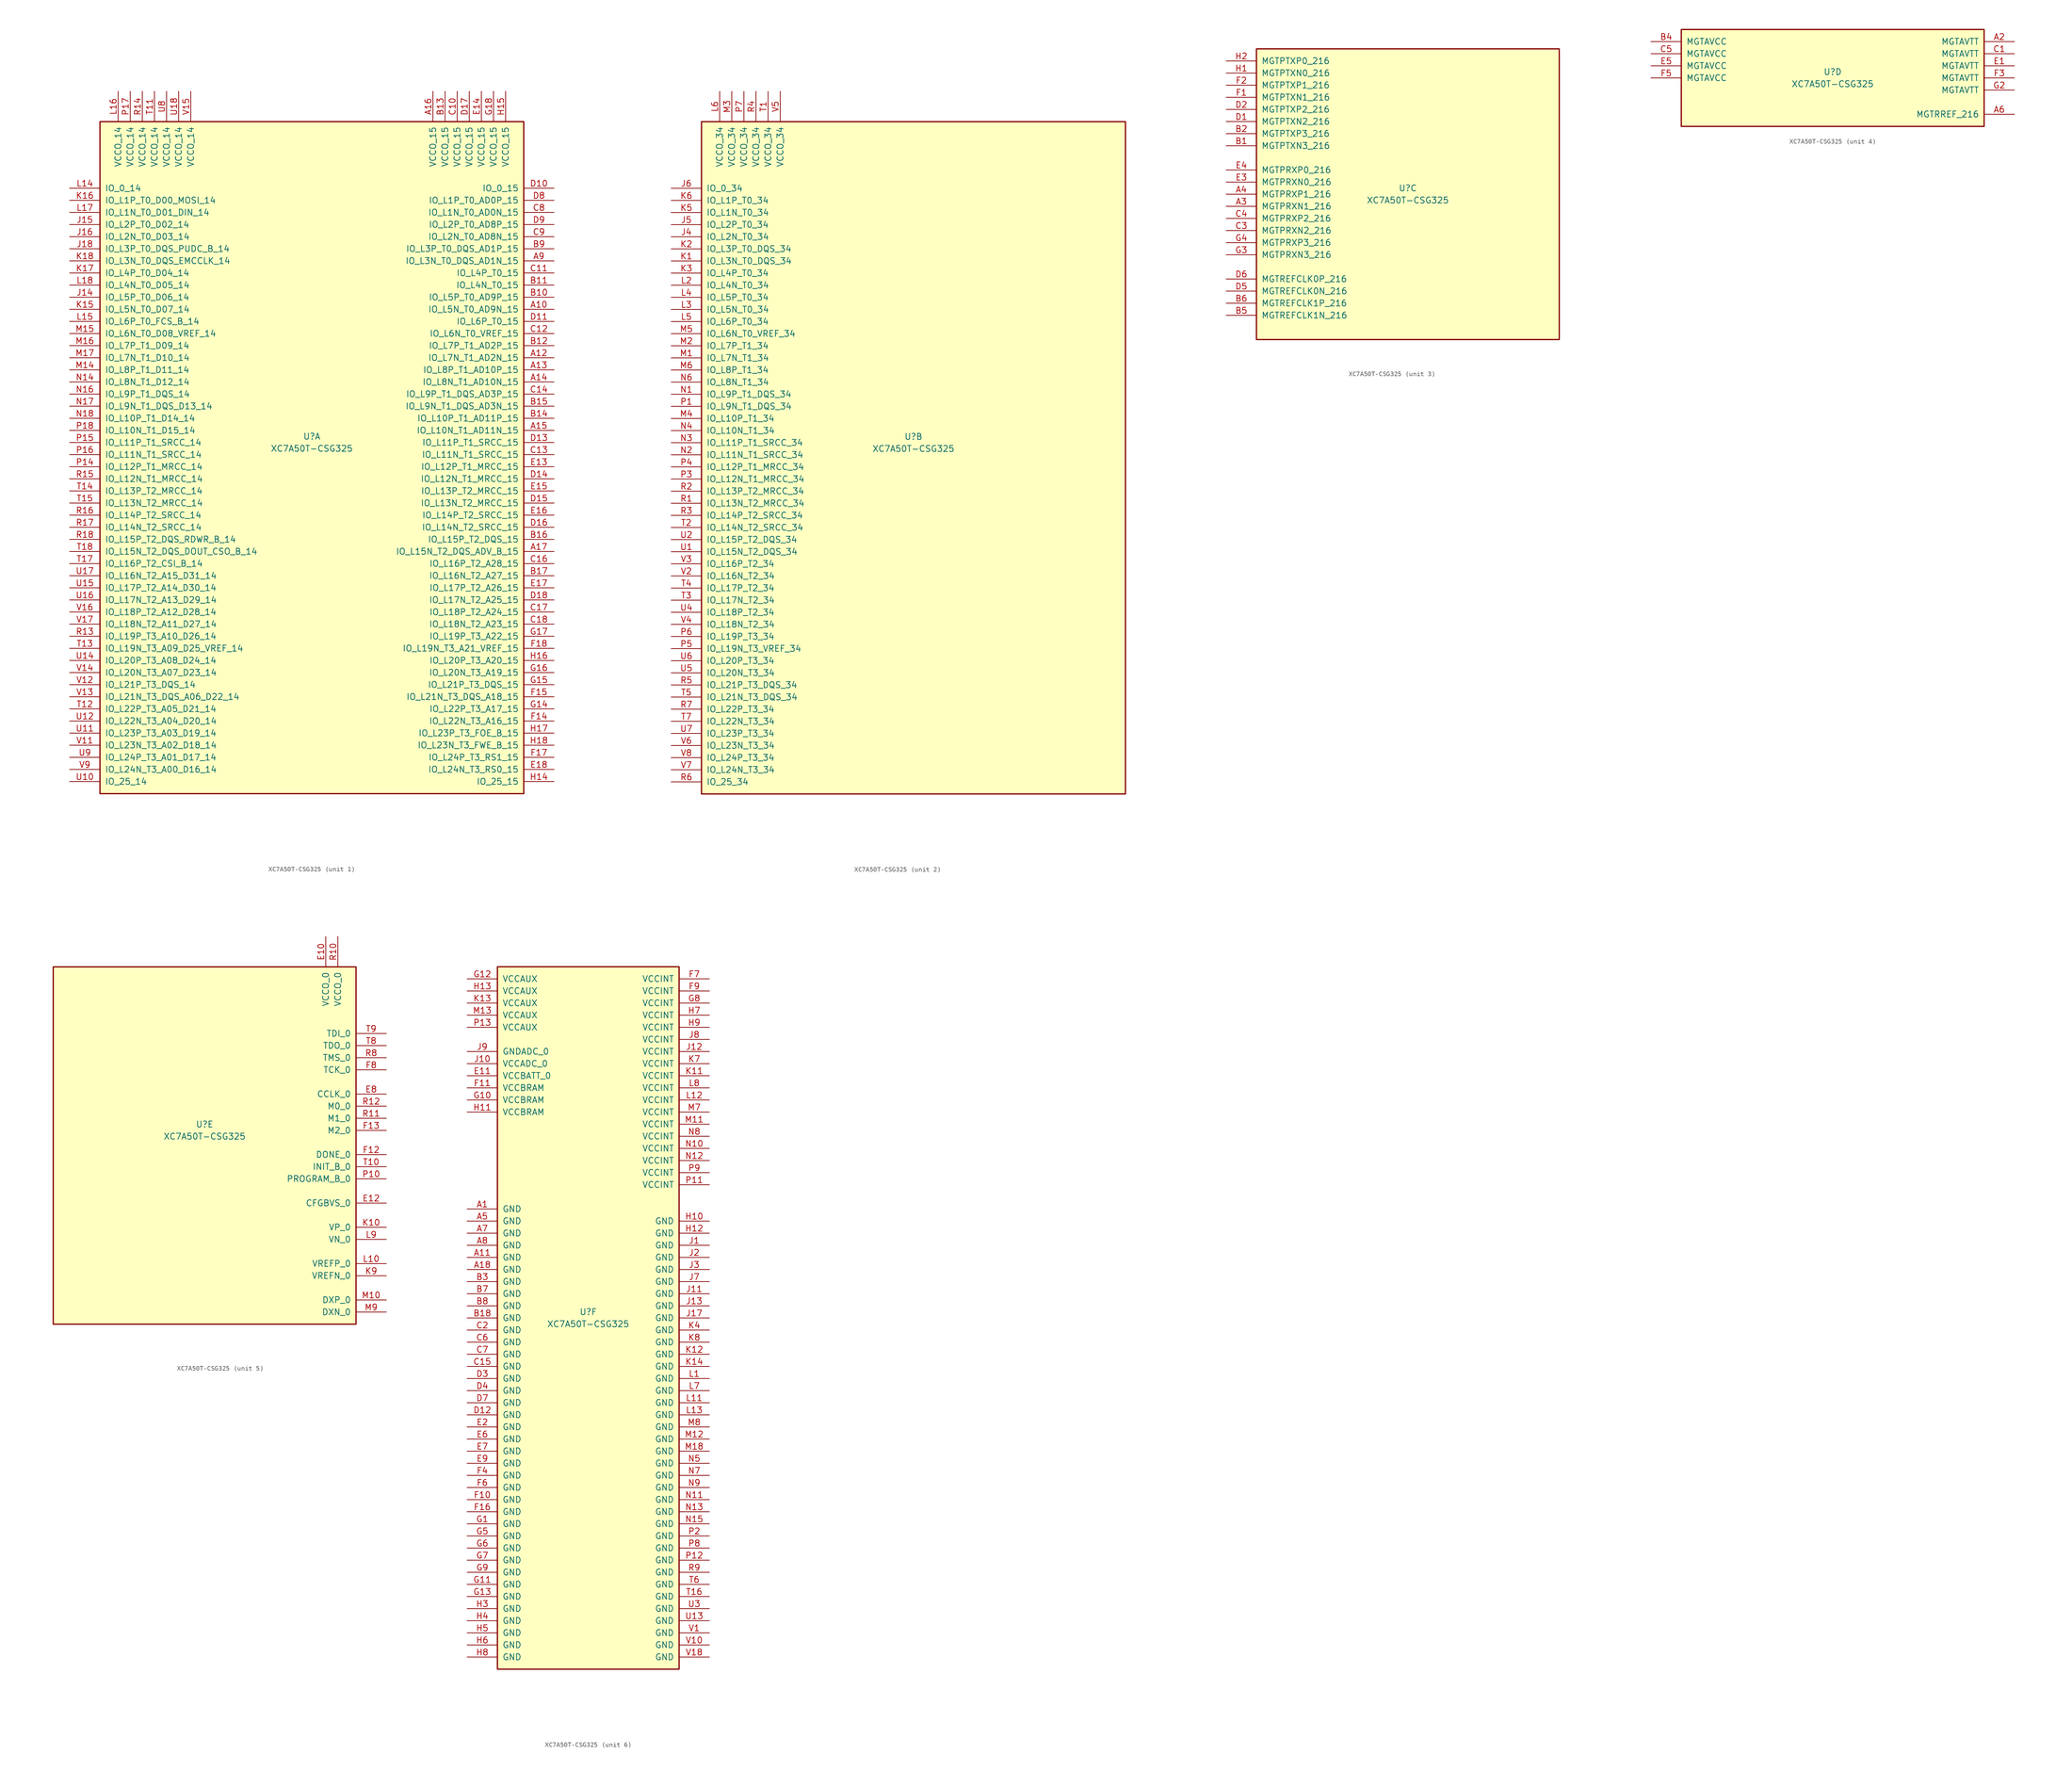
<source format=kicad_sym>
(kicad_symbol_lib
  (version 20231120)
  (generator "kicad_symbol_editor")
  (generator_version "8.0")
  (symbol "XC7A50T-CSG325"
    (pin_names
      (offset 1.016))
    (property "Reference" "U"
      (at 0 1.27 0)
      (effects (font (size 1.27 1.27))))
    (property "Value" "XC7A50T-CSG325"
      (at 0 -1.27 0)
      (effects (font (size 1.27 1.27))))
    (property "Datasheet" ""
      (at 0 0 0)
      (effects (font (size 1.27 1.27))))
    (property "ki_locked" ""
      (at 0 0 0)
      (effects (font (size 1.27 1.27))))
    (symbol "XC7A50T-CSG325_1_1"
      (rectangle (start -44.45 67.31) (end 44.45 -73.66) (stroke (width 0.254) (type solid)) (fill (type background)))
      (pin bidirectional line (at 50.8 27.94 180) (length 6.35) (name "IO_L5N_T0_AD9N_15" (effects (font (size 1.27 1.27)))) (number "A10" (effects (font (size 1.27 1.27)))))
      (pin bidirectional line (at 50.8 17.78 180) (length 6.35) (name "IO_L7N_T1_AD2N_15" (effects (font (size 1.27 1.27)))) (number "A12" (effects (font (size 1.27 1.27)))))
      (pin bidirectional line (at 50.8 15.24 180) (length 6.35) (name "IO_L8P_T1_AD10P_15" (effects (font (size 1.27 1.27)))) (number "A13" (effects (font (size 1.27 1.27)))))
      (pin bidirectional line (at 50.8 12.7 180) (length 6.35) (name "IO_L8N_T1_AD10N_15" (effects (font (size 1.27 1.27)))) (number "A14" (effects (font (size 1.27 1.27)))))
      (pin bidirectional line (at 50.8 2.54 180) (length 6.35) (name "IO_L10N_T1_AD11N_15" (effects (font (size 1.27 1.27)))) (number "A15" (effects (font (size 1.27 1.27)))))
      (pin power_in line (at 25.4 73.66 270) (length 6.35) (name "VCCO_15" (effects (font (size 1.27 1.27)))) (number "A16" (effects (font (size 1.27 1.27)))))
      (pin bidirectional line (at 50.8 -22.86 180) (length 6.35) (name "IO_L15N_T2_DQS_ADV_B_15" (effects (font (size 1.27 1.27)))) (number "A17" (effects (font (size 1.27 1.27)))))
      (pin bidirectional line (at 50.8 38.1 180) (length 6.35) (name "IO_L3N_T0_DQS_AD1N_15" (effects (font (size 1.27 1.27)))) (number "A9" (effects (font (size 1.27 1.27)))))
      (pin bidirectional line (at 50.8 30.48 180) (length 6.35) (name "IO_L5P_T0_AD9P_15" (effects (font (size 1.27 1.27)))) (number "B10" (effects (font (size 1.27 1.27)))))
      (pin bidirectional line (at 50.8 33.02 180) (length 6.35) (name "IO_L4N_T0_15" (effects (font (size 1.27 1.27)))) (number "B11" (effects (font (size 1.27 1.27)))))
      (pin bidirectional line (at 50.8 20.32 180) (length 6.35) (name "IO_L7P_T1_AD2P_15" (effects (font (size 1.27 1.27)))) (number "B12" (effects (font (size 1.27 1.27)))))
      (pin power_in line (at 27.94 73.66 270) (length 6.35) (name "VCCO_15" (effects (font (size 1.27 1.27)))) (number "B13" (effects (font (size 1.27 1.27)))))
      (pin bidirectional line (at 50.8 5.08 180) (length 6.35) (name "IO_L10P_T1_AD11P_15" (effects (font (size 1.27 1.27)))) (number "B14" (effects (font (size 1.27 1.27)))))
      (pin bidirectional line (at 50.8 7.62 180) (length 6.35) (name "IO_L9N_T1_DQS_AD3N_15" (effects (font (size 1.27 1.27)))) (number "B15" (effects (font (size 1.27 1.27)))))
      (pin bidirectional line (at 50.8 -20.32 180) (length 6.35) (name "IO_L15P_T2_DQS_15" (effects (font (size 1.27 1.27)))) (number "B16" (effects (font (size 1.27 1.27)))))
      (pin bidirectional line (at 50.8 -27.94 180) (length 6.35) (name "IO_L16N_T2_A27_15" (effects (font (size 1.27 1.27)))) (number "B17" (effects (font (size 1.27 1.27)))))
      (pin bidirectional line (at 50.8 40.64 180) (length 6.35) (name "IO_L3P_T0_DQS_AD1P_15" (effects (font (size 1.27 1.27)))) (number "B9" (effects (font (size 1.27 1.27)))))
      (pin power_in line (at 30.48 73.66 270) (length 6.35) (name "VCCO_15" (effects (font (size 1.27 1.27)))) (number "C10" (effects (font (size 1.27 1.27)))))
      (pin bidirectional line (at 50.8 35.56 180) (length 6.35) (name "IO_L4P_T0_15" (effects (font (size 1.27 1.27)))) (number "C11" (effects (font (size 1.27 1.27)))))
      (pin bidirectional line (at 50.8 22.86 180) (length 6.35) (name "IO_L6N_T0_VREF_15" (effects (font (size 1.27 1.27)))) (number "C12" (effects (font (size 1.27 1.27)))))
      (pin bidirectional line (at 50.8 -2.54 180) (length 6.35) (name "IO_L11N_T1_SRCC_15" (effects (font (size 1.27 1.27)))) (number "C13" (effects (font (size 1.27 1.27)))))
      (pin bidirectional line (at 50.8 10.16 180) (length 6.35) (name "IO_L9P_T1_DQS_AD3P_15" (effects (font (size 1.27 1.27)))) (number "C14" (effects (font (size 1.27 1.27)))))
      (pin bidirectional line (at 50.8 -25.4 180) (length 6.35) (name "IO_L16P_T2_A28_15" (effects (font (size 1.27 1.27)))) (number "C16" (effects (font (size 1.27 1.27)))))
      (pin bidirectional line (at 50.8 -35.56 180) (length 6.35) (name "IO_L18P_T2_A24_15" (effects (font (size 1.27 1.27)))) (number "C17" (effects (font (size 1.27 1.27)))))
      (pin bidirectional line (at 50.8 -38.1 180) (length 6.35) (name "IO_L18N_T2_A23_15" (effects (font (size 1.27 1.27)))) (number "C18" (effects (font (size 1.27 1.27)))))
      (pin bidirectional line (at 50.8 48.26 180) (length 6.35) (name "IO_L1N_T0_AD0N_15" (effects (font (size 1.27 1.27)))) (number "C8" (effects (font (size 1.27 1.27)))))
      (pin bidirectional line (at 50.8 43.18 180) (length 6.35) (name "IO_L2N_T0_AD8N_15" (effects (font (size 1.27 1.27)))) (number "C9" (effects (font (size 1.27 1.27)))))
      (pin bidirectional line (at 50.8 53.34 180) (length 6.35) (name "IO_0_15" (effects (font (size 1.27 1.27)))) (number "D10" (effects (font (size 1.27 1.27)))))
      (pin bidirectional line (at 50.8 25.4 180) (length 6.35) (name "IO_L6P_T0_15" (effects (font (size 1.27 1.27)))) (number "D11" (effects (font (size 1.27 1.27)))))
      (pin bidirectional line (at 50.8 0 180) (length 6.35) (name "IO_L11P_T1_SRCC_15" (effects (font (size 1.27 1.27)))) (number "D13" (effects (font (size 1.27 1.27)))))
      (pin bidirectional line (at 50.8 -7.62 180) (length 6.35) (name "IO_L12N_T1_MRCC_15" (effects (font (size 1.27 1.27)))) (number "D14" (effects (font (size 1.27 1.27)))))
      (pin bidirectional line (at 50.8 -12.7 180) (length 6.35) (name "IO_L13N_T2_MRCC_15" (effects (font (size 1.27 1.27)))) (number "D15" (effects (font (size 1.27 1.27)))))
      (pin bidirectional line (at 50.8 -17.78 180) (length 6.35) (name "IO_L14N_T2_SRCC_15" (effects (font (size 1.27 1.27)))) (number "D16" (effects (font (size 1.27 1.27)))))
      (pin power_in line (at 33.02 73.66 270) (length 6.35) (name "VCCO_15" (effects (font (size 1.27 1.27)))) (number "D17" (effects (font (size 1.27 1.27)))))
      (pin bidirectional line (at 50.8 -33.02 180) (length 6.35) (name "IO_L17N_T2_A25_15" (effects (font (size 1.27 1.27)))) (number "D18" (effects (font (size 1.27 1.27)))))
      (pin bidirectional line (at 50.8 50.8 180) (length 6.35) (name "IO_L1P_T0_AD0P_15" (effects (font (size 1.27 1.27)))) (number "D8" (effects (font (size 1.27 1.27)))))
      (pin bidirectional line (at 50.8 45.72 180) (length 6.35) (name "IO_L2P_T0_AD8P_15" (effects (font (size 1.27 1.27)))) (number "D9" (effects (font (size 1.27 1.27)))))
      (pin bidirectional line (at 50.8 -5.08 180) (length 6.35) (name "IO_L12P_T1_MRCC_15" (effects (font (size 1.27 1.27)))) (number "E13" (effects (font (size 1.27 1.27)))))
      (pin power_in line (at 35.56 73.66 270) (length 6.35) (name "VCCO_15" (effects (font (size 1.27 1.27)))) (number "E14" (effects (font (size 1.27 1.27)))))
      (pin bidirectional line (at 50.8 -10.16 180) (length 6.35) (name "IO_L13P_T2_MRCC_15" (effects (font (size 1.27 1.27)))) (number "E15" (effects (font (size 1.27 1.27)))))
      (pin bidirectional line (at 50.8 -15.24 180) (length 6.35) (name "IO_L14P_T2_SRCC_15" (effects (font (size 1.27 1.27)))) (number "E16" (effects (font (size 1.27 1.27)))))
      (pin bidirectional line (at 50.8 -30.48 180) (length 6.35) (name "IO_L17P_T2_A26_15" (effects (font (size 1.27 1.27)))) (number "E17" (effects (font (size 1.27 1.27)))))
      (pin bidirectional line (at 50.8 -68.58 180) (length 6.35) (name "IO_L24N_T3_RS0_15" (effects (font (size 1.27 1.27)))) (number "E18" (effects (font (size 1.27 1.27)))))
      (pin bidirectional line (at 50.8 -58.42 180) (length 6.35) (name "IO_L22N_T3_A16_15" (effects (font (size 1.27 1.27)))) (number "F14" (effects (font (size 1.27 1.27)))))
      (pin bidirectional line (at 50.8 -53.34 180) (length 6.35) (name "IO_L21N_T3_DQS_A18_15" (effects (font (size 1.27 1.27)))) (number "F15" (effects (font (size 1.27 1.27)))))
      (pin bidirectional line (at 50.8 -66.04 180) (length 6.35) (name "IO_L24P_T3_RS1_15" (effects (font (size 1.27 1.27)))) (number "F17" (effects (font (size 1.27 1.27)))))
      (pin bidirectional line (at 50.8 -43.18 180) (length 6.35) (name "IO_L19N_T3_A21_VREF_15" (effects (font (size 1.27 1.27)))) (number "F18" (effects (font (size 1.27 1.27)))))
      (pin bidirectional line (at 50.8 -55.88 180) (length 6.35) (name "IO_L22P_T3_A17_15" (effects (font (size 1.27 1.27)))) (number "G14" (effects (font (size 1.27 1.27)))))
      (pin bidirectional line (at 50.8 -50.8 180) (length 6.35) (name "IO_L21P_T3_DQS_15" (effects (font (size 1.27 1.27)))) (number "G15" (effects (font (size 1.27 1.27)))))
      (pin bidirectional line (at 50.8 -48.26 180) (length 6.35) (name "IO_L20N_T3_A19_15" (effects (font (size 1.27 1.27)))) (number "G16" (effects (font (size 1.27 1.27)))))
      (pin bidirectional line (at 50.8 -40.64 180) (length 6.35) (name "IO_L19P_T3_A22_15" (effects (font (size 1.27 1.27)))) (number "G17" (effects (font (size 1.27 1.27)))))
      (pin power_in line (at 38.1 73.66 270) (length 6.35) (name "VCCO_15" (effects (font (size 1.27 1.27)))) (number "G18" (effects (font (size 1.27 1.27)))))
      (pin bidirectional line (at 50.8 -71.12 180) (length 6.35) (name "IO_25_15" (effects (font (size 1.27 1.27)))) (number "H14" (effects (font (size 1.27 1.27)))))
      (pin power_in line (at 40.64 73.66 270) (length 6.35) (name "VCCO_15" (effects (font (size 1.27 1.27)))) (number "H15" (effects (font (size 1.27 1.27)))))
      (pin bidirectional line (at 50.8 -45.72 180) (length 6.35) (name "IO_L20P_T3_A20_15" (effects (font (size 1.27 1.27)))) (number "H16" (effects (font (size 1.27 1.27)))))
      (pin bidirectional line (at 50.8 -60.96 180) (length 6.35) (name "IO_L23P_T3_FOE_B_15" (effects (font (size 1.27 1.27)))) (number "H17" (effects (font (size 1.27 1.27)))))
      (pin bidirectional line (at 50.8 -63.5 180) (length 6.35) (name "IO_L23N_T3_FWE_B_15" (effects (font (size 1.27 1.27)))) (number "H18" (effects (font (size 1.27 1.27)))))
      (pin bidirectional line (at -50.8 30.48 0) (length 6.35) (name "IO_L5P_T0_D06_14" (effects (font (size 1.27 1.27)))) (number "J14" (effects (font (size 1.27 1.27)))))
      (pin bidirectional line (at -50.8 45.72 0) (length 6.35) (name "IO_L2P_T0_D02_14" (effects (font (size 1.27 1.27)))) (number "J15" (effects (font (size 1.27 1.27)))))
      (pin bidirectional line (at -50.8 43.18 0) (length 6.35) (name "IO_L2N_T0_D03_14" (effects (font (size 1.27 1.27)))) (number "J16" (effects (font (size 1.27 1.27)))))
      (pin bidirectional line (at -50.8 40.64 0) (length 6.35) (name "IO_L3P_T0_DQS_PUDC_B_14" (effects (font (size 1.27 1.27)))) (number "J18" (effects (font (size 1.27 1.27)))))
      (pin bidirectional line (at -50.8 27.94 0) (length 6.35) (name "IO_L5N_T0_D07_14" (effects (font (size 1.27 1.27)))) (number "K15" (effects (font (size 1.27 1.27)))))
      (pin bidirectional line (at -50.8 50.8 0) (length 6.35) (name "IO_L1P_T0_D00_MOSI_14" (effects (font (size 1.27 1.27)))) (number "K16" (effects (font (size 1.27 1.27)))))
      (pin bidirectional line (at -50.8 35.56 0) (length 6.35) (name "IO_L4P_T0_D04_14" (effects (font (size 1.27 1.27)))) (number "K17" (effects (font (size 1.27 1.27)))))
      (pin bidirectional line (at -50.8 38.1 0) (length 6.35) (name "IO_L3N_T0_DQS_EMCCLK_14" (effects (font (size 1.27 1.27)))) (number "K18" (effects (font (size 1.27 1.27)))))
      (pin bidirectional line (at -50.8 53.34 0) (length 6.35) (name "IO_0_14" (effects (font (size 1.27 1.27)))) (number "L14" (effects (font (size 1.27 1.27)))))
      (pin bidirectional line (at -50.8 25.4 0) (length 6.35) (name "IO_L6P_T0_FCS_B_14" (effects (font (size 1.27 1.27)))) (number "L15" (effects (font (size 1.27 1.27)))))
      (pin power_in line (at -40.64 73.66 270) (length 6.35) (name "VCCO_14" (effects (font (size 1.27 1.27)))) (number "L16" (effects (font (size 1.27 1.27)))))
      (pin bidirectional line (at -50.8 48.26 0) (length 6.35) (name "IO_L1N_T0_D01_DIN_14" (effects (font (size 1.27 1.27)))) (number "L17" (effects (font (size 1.27 1.27)))))
      (pin bidirectional line (at -50.8 33.02 0) (length 6.35) (name "IO_L4N_T0_D05_14" (effects (font (size 1.27 1.27)))) (number "L18" (effects (font (size 1.27 1.27)))))
      (pin bidirectional line (at -50.8 15.24 0) (length 6.35) (name "IO_L8P_T1_D11_14" (effects (font (size 1.27 1.27)))) (number "M14" (effects (font (size 1.27 1.27)))))
      (pin bidirectional line (at -50.8 22.86 0) (length 6.35) (name "IO_L6N_T0_D08_VREF_14" (effects (font (size 1.27 1.27)))) (number "M15" (effects (font (size 1.27 1.27)))))
      (pin bidirectional line (at -50.8 20.32 0) (length 6.35) (name "IO_L7P_T1_D09_14" (effects (font (size 1.27 1.27)))) (number "M16" (effects (font (size 1.27 1.27)))))
      (pin bidirectional line (at -50.8 17.78 0) (length 6.35) (name "IO_L7N_T1_D10_14" (effects (font (size 1.27 1.27)))) (number "M17" (effects (font (size 1.27 1.27)))))
      (pin bidirectional line (at -50.8 12.7 0) (length 6.35) (name "IO_L8N_T1_D12_14" (effects (font (size 1.27 1.27)))) (number "N14" (effects (font (size 1.27 1.27)))))
      (pin bidirectional line (at -50.8 10.16 0) (length 6.35) (name "IO_L9P_T1_DQS_14" (effects (font (size 1.27 1.27)))) (number "N16" (effects (font (size 1.27 1.27)))))
      (pin bidirectional line (at -50.8 7.62 0) (length 6.35) (name "IO_L9N_T1_DQS_D13_14" (effects (font (size 1.27 1.27)))) (number "N17" (effects (font (size 1.27 1.27)))))
      (pin bidirectional line (at -50.8 5.08 0) (length 6.35) (name "IO_L10P_T1_D14_14" (effects (font (size 1.27 1.27)))) (number "N18" (effects (font (size 1.27 1.27)))))
      (pin bidirectional line (at -50.8 -5.08 0) (length 6.35) (name "IO_L12P_T1_MRCC_14" (effects (font (size 1.27 1.27)))) (number "P14" (effects (font (size 1.27 1.27)))))
      (pin bidirectional line (at -50.8 0 0) (length 6.35) (name "IO_L11P_T1_SRCC_14" (effects (font (size 1.27 1.27)))) (number "P15" (effects (font (size 1.27 1.27)))))
      (pin bidirectional line (at -50.8 -2.54 0) (length 6.35) (name "IO_L11N_T1_SRCC_14" (effects (font (size 1.27 1.27)))) (number "P16" (effects (font (size 1.27 1.27)))))
      (pin power_in line (at -38.1 73.66 270) (length 6.35) (name "VCCO_14" (effects (font (size 1.27 1.27)))) (number "P17" (effects (font (size 1.27 1.27)))))
      (pin bidirectional line (at -50.8 2.54 0) (length 6.35) (name "IO_L10N_T1_D15_14" (effects (font (size 1.27 1.27)))) (number "P18" (effects (font (size 1.27 1.27)))))
      (pin bidirectional line (at -50.8 -40.64 0) (length 6.35) (name "IO_L19P_T3_A10_D26_14" (effects (font (size 1.27 1.27)))) (number "R13" (effects (font (size 1.27 1.27)))))
      (pin power_in line (at -35.56 73.66 270) (length 6.35) (name "VCCO_14" (effects (font (size 1.27 1.27)))) (number "R14" (effects (font (size 1.27 1.27)))))
      (pin bidirectional line (at -50.8 -7.62 0) (length 6.35) (name "IO_L12N_T1_MRCC_14" (effects (font (size 1.27 1.27)))) (number "R15" (effects (font (size 1.27 1.27)))))
      (pin bidirectional line (at -50.8 -15.24 0) (length 6.35) (name "IO_L14P_T2_SRCC_14" (effects (font (size 1.27 1.27)))) (number "R16" (effects (font (size 1.27 1.27)))))
      (pin bidirectional line (at -50.8 -17.78 0) (length 6.35) (name "IO_L14N_T2_SRCC_14" (effects (font (size 1.27 1.27)))) (number "R17" (effects (font (size 1.27 1.27)))))
      (pin bidirectional line (at -50.8 -20.32 0) (length 6.35) (name "IO_L15P_T2_DQS_RDWR_B_14" (effects (font (size 1.27 1.27)))) (number "R18" (effects (font (size 1.27 1.27)))))
      (pin power_in line (at -33.02 73.66 270) (length 6.35) (name "VCCO_14" (effects (font (size 1.27 1.27)))) (number "T11" (effects (font (size 1.27 1.27)))))
      (pin bidirectional line (at -50.8 -55.88 0) (length 6.35) (name "IO_L22P_T3_A05_D21_14" (effects (font (size 1.27 1.27)))) (number "T12" (effects (font (size 1.27 1.27)))))
      (pin bidirectional line (at -50.8 -43.18 0) (length 6.35) (name "IO_L19N_T3_A09_D25_VREF_14" (effects (font (size 1.27 1.27)))) (number "T13" (effects (font (size 1.27 1.27)))))
      (pin bidirectional line (at -50.8 -10.16 0) (length 6.35) (name "IO_L13P_T2_MRCC_14" (effects (font (size 1.27 1.27)))) (number "T14" (effects (font (size 1.27 1.27)))))
      (pin bidirectional line (at -50.8 -12.7 0) (length 6.35) (name "IO_L13N_T2_MRCC_14" (effects (font (size 1.27 1.27)))) (number "T15" (effects (font (size 1.27 1.27)))))
      (pin bidirectional line (at -50.8 -25.4 0) (length 6.35) (name "IO_L16P_T2_CSI_B_14" (effects (font (size 1.27 1.27)))) (number "T17" (effects (font (size 1.27 1.27)))))
      (pin bidirectional line (at -50.8 -22.86 0) (length 6.35) (name "IO_L15N_T2_DQS_DOUT_CSO_B_14" (effects (font (size 1.27 1.27)))) (number "T18" (effects (font (size 1.27 1.27)))))
      (pin bidirectional line (at -50.8 -71.12 0) (length 6.35) (name "IO_25_14" (effects (font (size 1.27 1.27)))) (number "U10" (effects (font (size 1.27 1.27)))))
      (pin bidirectional line (at -50.8 -60.96 0) (length 6.35) (name "IO_L23P_T3_A03_D19_14" (effects (font (size 1.27 1.27)))) (number "U11" (effects (font (size 1.27 1.27)))))
      (pin bidirectional line (at -50.8 -58.42 0) (length 6.35) (name "IO_L22N_T3_A04_D20_14" (effects (font (size 1.27 1.27)))) (number "U12" (effects (font (size 1.27 1.27)))))
      (pin bidirectional line (at -50.8 -45.72 0) (length 6.35) (name "IO_L20P_T3_A08_D24_14" (effects (font (size 1.27 1.27)))) (number "U14" (effects (font (size 1.27 1.27)))))
      (pin bidirectional line (at -50.8 -30.48 0) (length 6.35) (name "IO_L17P_T2_A14_D30_14" (effects (font (size 1.27 1.27)))) (number "U15" (effects (font (size 1.27 1.27)))))
      (pin bidirectional line (at -50.8 -33.02 0) (length 6.35) (name "IO_L17N_T2_A13_D29_14" (effects (font (size 1.27 1.27)))) (number "U16" (effects (font (size 1.27 1.27)))))
      (pin bidirectional line (at -50.8 -27.94 0) (length 6.35) (name "IO_L16N_T2_A15_D31_14" (effects (font (size 1.27 1.27)))) (number "U17" (effects (font (size 1.27 1.27)))))
      (pin power_in line (at -27.94 73.66 270) (length 6.35) (name "VCCO_14" (effects (font (size 1.27 1.27)))) (number "U18" (effects (font (size 1.27 1.27)))))
      (pin power_in line (at -30.48 73.66 270) (length 6.35) (name "VCCO_14" (effects (font (size 1.27 1.27)))) (number "U8" (effects (font (size 1.27 1.27)))))
      (pin bidirectional line (at -50.8 -66.04 0) (length 6.35) (name "IO_L24P_T3_A01_D17_14" (effects (font (size 1.27 1.27)))) (number "U9" (effects (font (size 1.27 1.27)))))
      (pin bidirectional line (at -50.8 -63.5 0) (length 6.35) (name "IO_L23N_T3_A02_D18_14" (effects (font (size 1.27 1.27)))) (number "V11" (effects (font (size 1.27 1.27)))))
      (pin bidirectional line (at -50.8 -50.8 0) (length 6.35) (name "IO_L21P_T3_DQS_14" (effects (font (size 1.27 1.27)))) (number "V12" (effects (font (size 1.27 1.27)))))
      (pin bidirectional line (at -50.8 -53.34 0) (length 6.35) (name "IO_L21N_T3_DQS_A06_D22_14" (effects (font (size 1.27 1.27)))) (number "V13" (effects (font (size 1.27 1.27)))))
      (pin bidirectional line (at -50.8 -48.26 0) (length 6.35) (name "IO_L20N_T3_A07_D23_14" (effects (font (size 1.27 1.27)))) (number "V14" (effects (font (size 1.27 1.27)))))
      (pin power_in line (at -25.4 73.66 270) (length 6.35) (name "VCCO_14" (effects (font (size 1.27 1.27)))) (number "V15" (effects (font (size 1.27 1.27)))))
      (pin bidirectional line (at -50.8 -35.56 0) (length 6.35) (name "IO_L18P_T2_A12_D28_14" (effects (font (size 1.27 1.27)))) (number "V16" (effects (font (size 1.27 1.27)))))
      (pin bidirectional line (at -50.8 -38.1 0) (length 6.35) (name "IO_L18N_T2_A11_D27_14" (effects (font (size 1.27 1.27)))) (number "V17" (effects (font (size 1.27 1.27)))))
      (pin bidirectional line (at -50.8 -68.58 0) (length 6.35) (name "IO_L24N_T3_A00_D16_14" (effects (font (size 1.27 1.27)))) (number "V9" (effects (font (size 1.27 1.27))))))
    (symbol "XC7A50T-CSG325_2_1"
      (rectangle (start -44.45 67.31) (end 44.45 -73.66) (stroke (width 0.254) (type solid)) (fill (type background)))
      (pin bidirectional line (at -50.8 43.18 0) (length 6.35) (name "IO_L2N_T0_34" (effects (font (size 1.27 1.27)))) (number "J4" (effects (font (size 1.27 1.27)))))
      (pin bidirectional line (at -50.8 45.72 0) (length 6.35) (name "IO_L2P_T0_34" (effects (font (size 1.27 1.27)))) (number "J5" (effects (font (size 1.27 1.27)))))
      (pin bidirectional line (at -50.8 53.34 0) (length 6.35) (name "IO_0_34" (effects (font (size 1.27 1.27)))) (number "J6" (effects (font (size 1.27 1.27)))))
      (pin bidirectional line (at -50.8 38.1 0) (length 6.35) (name "IO_L3N_T0_DQS_34" (effects (font (size 1.27 1.27)))) (number "K1" (effects (font (size 1.27 1.27)))))
      (pin bidirectional line (at -50.8 40.64 0) (length 6.35) (name "IO_L3P_T0_DQS_34" (effects (font (size 1.27 1.27)))) (number "K2" (effects (font (size 1.27 1.27)))))
      (pin bidirectional line (at -50.8 35.56 0) (length 6.35) (name "IO_L4P_T0_34" (effects (font (size 1.27 1.27)))) (number "K3" (effects (font (size 1.27 1.27)))))
      (pin bidirectional line (at -50.8 48.26 0) (length 6.35) (name "IO_L1N_T0_34" (effects (font (size 1.27 1.27)))) (number "K5" (effects (font (size 1.27 1.27)))))
      (pin bidirectional line (at -50.8 50.8 0) (length 6.35) (name "IO_L1P_T0_34" (effects (font (size 1.27 1.27)))) (number "K6" (effects (font (size 1.27 1.27)))))
      (pin bidirectional line (at -50.8 33.02 0) (length 6.35) (name "IO_L4N_T0_34" (effects (font (size 1.27 1.27)))) (number "L2" (effects (font (size 1.27 1.27)))))
      (pin bidirectional line (at -50.8 27.94 0) (length 6.35) (name "IO_L5N_T0_34" (effects (font (size 1.27 1.27)))) (number "L3" (effects (font (size 1.27 1.27)))))
      (pin bidirectional line (at -50.8 30.48 0) (length 6.35) (name "IO_L5P_T0_34" (effects (font (size 1.27 1.27)))) (number "L4" (effects (font (size 1.27 1.27)))))
      (pin bidirectional line (at -50.8 25.4 0) (length 6.35) (name "IO_L6P_T0_34" (effects (font (size 1.27 1.27)))) (number "L5" (effects (font (size 1.27 1.27)))))
      (pin power_in line (at -40.64 73.66 270) (length 6.35) (name "VCCO_34" (effects (font (size 1.27 1.27)))) (number "L6" (effects (font (size 1.27 1.27)))))
      (pin bidirectional line (at -50.8 17.78 0) (length 6.35) (name "IO_L7N_T1_34" (effects (font (size 1.27 1.27)))) (number "M1" (effects (font (size 1.27 1.27)))))
      (pin bidirectional line (at -50.8 20.32 0) (length 6.35) (name "IO_L7P_T1_34" (effects (font (size 1.27 1.27)))) (number "M2" (effects (font (size 1.27 1.27)))))
      (pin power_in line (at -38.1 73.66 270) (length 6.35) (name "VCCO_34" (effects (font (size 1.27 1.27)))) (number "M3" (effects (font (size 1.27 1.27)))))
      (pin bidirectional line (at -50.8 5.08 0) (length 6.35) (name "IO_L10P_T1_34" (effects (font (size 1.27 1.27)))) (number "M4" (effects (font (size 1.27 1.27)))))
      (pin bidirectional line (at -50.8 22.86 0) (length 6.35) (name "IO_L6N_T0_VREF_34" (effects (font (size 1.27 1.27)))) (number "M5" (effects (font (size 1.27 1.27)))))
      (pin bidirectional line (at -50.8 15.24 0) (length 6.35) (name "IO_L8P_T1_34" (effects (font (size 1.27 1.27)))) (number "M6" (effects (font (size 1.27 1.27)))))
      (pin bidirectional line (at -50.8 10.16 0) (length 6.35) (name "IO_L9P_T1_DQS_34" (effects (font (size 1.27 1.27)))) (number "N1" (effects (font (size 1.27 1.27)))))
      (pin bidirectional line (at -50.8 -2.54 0) (length 6.35) (name "IO_L11N_T1_SRCC_34" (effects (font (size 1.27 1.27)))) (number "N2" (effects (font (size 1.27 1.27)))))
      (pin bidirectional line (at -50.8 0 0) (length 6.35) (name "IO_L11P_T1_SRCC_34" (effects (font (size 1.27 1.27)))) (number "N3" (effects (font (size 1.27 1.27)))))
      (pin bidirectional line (at -50.8 2.54 0) (length 6.35) (name "IO_L10N_T1_34" (effects (font (size 1.27 1.27)))) (number "N4" (effects (font (size 1.27 1.27)))))
      (pin bidirectional line (at -50.8 12.7 0) (length 6.35) (name "IO_L8N_T1_34" (effects (font (size 1.27 1.27)))) (number "N6" (effects (font (size 1.27 1.27)))))
      (pin bidirectional line (at -50.8 7.62 0) (length 6.35) (name "IO_L9N_T1_DQS_34" (effects (font (size 1.27 1.27)))) (number "P1" (effects (font (size 1.27 1.27)))))
      (pin bidirectional line (at -50.8 -7.62 0) (length 6.35) (name "IO_L12N_T1_MRCC_34" (effects (font (size 1.27 1.27)))) (number "P3" (effects (font (size 1.27 1.27)))))
      (pin bidirectional line (at -50.8 -5.08 0) (length 6.35) (name "IO_L12P_T1_MRCC_34" (effects (font (size 1.27 1.27)))) (number "P4" (effects (font (size 1.27 1.27)))))
      (pin bidirectional line (at -50.8 -43.18 0) (length 6.35) (name "IO_L19N_T3_VREF_34" (effects (font (size 1.27 1.27)))) (number "P5" (effects (font (size 1.27 1.27)))))
      (pin bidirectional line (at -50.8 -40.64 0) (length 6.35) (name "IO_L19P_T3_34" (effects (font (size 1.27 1.27)))) (number "P6" (effects (font (size 1.27 1.27)))))
      (pin power_in line (at -35.56 73.66 270) (length 6.35) (name "VCCO_34" (effects (font (size 1.27 1.27)))) (number "P7" (effects (font (size 1.27 1.27)))))
      (pin bidirectional line (at -50.8 -12.7 0) (length 6.35) (name "IO_L13N_T2_MRCC_34" (effects (font (size 1.27 1.27)))) (number "R1" (effects (font (size 1.27 1.27)))))
      (pin bidirectional line (at -50.8 -10.16 0) (length 6.35) (name "IO_L13P_T2_MRCC_34" (effects (font (size 1.27 1.27)))) (number "R2" (effects (font (size 1.27 1.27)))))
      (pin bidirectional line (at -50.8 -15.24 0) (length 6.35) (name "IO_L14P_T2_SRCC_34" (effects (font (size 1.27 1.27)))) (number "R3" (effects (font (size 1.27 1.27)))))
      (pin power_in line (at -33.02 73.66 270) (length 6.35) (name "VCCO_34" (effects (font (size 1.27 1.27)))) (number "R4" (effects (font (size 1.27 1.27)))))
      (pin bidirectional line (at -50.8 -50.8 0) (length 6.35) (name "IO_L21P_T3_DQS_34" (effects (font (size 1.27 1.27)))) (number "R5" (effects (font (size 1.27 1.27)))))
      (pin bidirectional line (at -50.8 -71.12 0) (length 6.35) (name "IO_25_34" (effects (font (size 1.27 1.27)))) (number "R6" (effects (font (size 1.27 1.27)))))
      (pin bidirectional line (at -50.8 -55.88 0) (length 6.35) (name "IO_L22P_T3_34" (effects (font (size 1.27 1.27)))) (number "R7" (effects (font (size 1.27 1.27)))))
      (pin power_in line (at -30.48 73.66 270) (length 6.35) (name "VCCO_34" (effects (font (size 1.27 1.27)))) (number "T1" (effects (font (size 1.27 1.27)))))
      (pin bidirectional line (at -50.8 -17.78 0) (length 6.35) (name "IO_L14N_T2_SRCC_34" (effects (font (size 1.27 1.27)))) (number "T2" (effects (font (size 1.27 1.27)))))
      (pin bidirectional line (at -50.8 -33.02 0) (length 6.35) (name "IO_L17N_T2_34" (effects (font (size 1.27 1.27)))) (number "T3" (effects (font (size 1.27 1.27)))))
      (pin bidirectional line (at -50.8 -30.48 0) (length 6.35) (name "IO_L17P_T2_34" (effects (font (size 1.27 1.27)))) (number "T4" (effects (font (size 1.27 1.27)))))
      (pin bidirectional line (at -50.8 -53.34 0) (length 6.35) (name "IO_L21N_T3_DQS_34" (effects (font (size 1.27 1.27)))) (number "T5" (effects (font (size 1.27 1.27)))))
      (pin bidirectional line (at -50.8 -58.42 0) (length 6.35) (name "IO_L22N_T3_34" (effects (font (size 1.27 1.27)))) (number "T7" (effects (font (size 1.27 1.27)))))
      (pin bidirectional line (at -50.8 -22.86 0) (length 6.35) (name "IO_L15N_T2_DQS_34" (effects (font (size 1.27 1.27)))) (number "U1" (effects (font (size 1.27 1.27)))))
      (pin bidirectional line (at -50.8 -20.32 0) (length 6.35) (name "IO_L15P_T2_DQS_34" (effects (font (size 1.27 1.27)))) (number "U2" (effects (font (size 1.27 1.27)))))
      (pin bidirectional line (at -50.8 -35.56 0) (length 6.35) (name "IO_L18P_T2_34" (effects (font (size 1.27 1.27)))) (number "U4" (effects (font (size 1.27 1.27)))))
      (pin bidirectional line (at -50.8 -48.26 0) (length 6.35) (name "IO_L20N_T3_34" (effects (font (size 1.27 1.27)))) (number "U5" (effects (font (size 1.27 1.27)))))
      (pin bidirectional line (at -50.8 -45.72 0) (length 6.35) (name "IO_L20P_T3_34" (effects (font (size 1.27 1.27)))) (number "U6" (effects (font (size 1.27 1.27)))))
      (pin bidirectional line (at -50.8 -60.96 0) (length 6.35) (name "IO_L23P_T3_34" (effects (font (size 1.27 1.27)))) (number "U7" (effects (font (size 1.27 1.27)))))
      (pin bidirectional line (at -50.8 -27.94 0) (length 6.35) (name "IO_L16N_T2_34" (effects (font (size 1.27 1.27)))) (number "V2" (effects (font (size 1.27 1.27)))))
      (pin bidirectional line (at -50.8 -25.4 0) (length 6.35) (name "IO_L16P_T2_34" (effects (font (size 1.27 1.27)))) (number "V3" (effects (font (size 1.27 1.27)))))
      (pin bidirectional line (at -50.8 -38.1 0) (length 6.35) (name "IO_L18N_T2_34" (effects (font (size 1.27 1.27)))) (number "V4" (effects (font (size 1.27 1.27)))))
      (pin power_in line (at -27.94 73.66 270) (length 6.35) (name "VCCO_34" (effects (font (size 1.27 1.27)))) (number "V5" (effects (font (size 1.27 1.27)))))
      (pin bidirectional line (at -50.8 -63.5 0) (length 6.35) (name "IO_L23N_T3_34" (effects (font (size 1.27 1.27)))) (number "V6" (effects (font (size 1.27 1.27)))))
      (pin bidirectional line (at -50.8 -68.58 0) (length 6.35) (name "IO_L24N_T3_34" (effects (font (size 1.27 1.27)))) (number "V7" (effects (font (size 1.27 1.27)))))
      (pin bidirectional line (at -50.8 -66.04 0) (length 6.35) (name "IO_L24P_T3_34" (effects (font (size 1.27 1.27)))) (number "V8" (effects (font (size 1.27 1.27))))))
    (symbol "XC7A50T-CSG325_3_1"
      (rectangle (start -31.75 30.48) (end 31.75 -30.48) (stroke (width 0.254) (type solid)) (fill (type background)))
      (pin bidirectional line (at -38.1 -2.54 0) (length 6.35) (name "MGTPRXN1_216" (effects (font (size 1.27 1.27)))) (number "A3" (effects (font (size 1.27 1.27)))))
      (pin bidirectional line (at -38.1 0 0) (length 6.35) (name "MGTPRXP1_216" (effects (font (size 1.27 1.27)))) (number "A4" (effects (font (size 1.27 1.27)))))
      (pin bidirectional line (at -38.1 10.16 0) (length 6.35) (name "MGTPTXN3_216" (effects (font (size 1.27 1.27)))) (number "B1" (effects (font (size 1.27 1.27)))))
      (pin bidirectional line (at -38.1 12.7 0) (length 6.35) (name "MGTPTXP3_216" (effects (font (size 1.27 1.27)))) (number "B2" (effects (font (size 1.27 1.27)))))
      (pin bidirectional line (at -38.1 -25.4 0) (length 6.35) (name "MGTREFCLK1N_216" (effects (font (size 1.27 1.27)))) (number "B5" (effects (font (size 1.27 1.27)))))
      (pin bidirectional line (at -38.1 -22.86 0) (length 6.35) (name "MGTREFCLK1P_216" (effects (font (size 1.27 1.27)))) (number "B6" (effects (font (size 1.27 1.27)))))
      (pin bidirectional line (at -38.1 -7.62 0) (length 6.35) (name "MGTPRXN2_216" (effects (font (size 1.27 1.27)))) (number "C3" (effects (font (size 1.27 1.27)))))
      (pin bidirectional line (at -38.1 -5.08 0) (length 6.35) (name "MGTPRXP2_216" (effects (font (size 1.27 1.27)))) (number "C4" (effects (font (size 1.27 1.27)))))
      (pin bidirectional line (at -38.1 15.24 0) (length 6.35) (name "MGTPTXN2_216" (effects (font (size 1.27 1.27)))) (number "D1" (effects (font (size 1.27 1.27)))))
      (pin bidirectional line (at -38.1 17.78 0) (length 6.35) (name "MGTPTXP2_216" (effects (font (size 1.27 1.27)))) (number "D2" (effects (font (size 1.27 1.27)))))
      (pin bidirectional line (at -38.1 -20.32 0) (length 6.35) (name "MGTREFCLK0N_216" (effects (font (size 1.27 1.27)))) (number "D5" (effects (font (size 1.27 1.27)))))
      (pin bidirectional line (at -38.1 -17.78 0) (length 6.35) (name "MGTREFCLK0P_216" (effects (font (size 1.27 1.27)))) (number "D6" (effects (font (size 1.27 1.27)))))
      (pin bidirectional line (at -38.1 2.54 0) (length 6.35) (name "MGTPRXN0_216" (effects (font (size 1.27 1.27)))) (number "E3" (effects (font (size 1.27 1.27)))))
      (pin bidirectional line (at -38.1 5.08 0) (length 6.35) (name "MGTPRXP0_216" (effects (font (size 1.27 1.27)))) (number "E4" (effects (font (size 1.27 1.27)))))
      (pin bidirectional line (at -38.1 20.32 0) (length 6.35) (name "MGTPTXN1_216" (effects (font (size 1.27 1.27)))) (number "F1" (effects (font (size 1.27 1.27)))))
      (pin bidirectional line (at -38.1 22.86 0) (length 6.35) (name "MGTPTXP1_216" (effects (font (size 1.27 1.27)))) (number "F2" (effects (font (size 1.27 1.27)))))
      (pin bidirectional line (at -38.1 -12.7 0) (length 6.35) (name "MGTPRXN3_216" (effects (font (size 1.27 1.27)))) (number "G3" (effects (font (size 1.27 1.27)))))
      (pin bidirectional line (at -38.1 -10.16 0) (length 6.35) (name "MGTPRXP3_216" (effects (font (size 1.27 1.27)))) (number "G4" (effects (font (size 1.27 1.27)))))
      (pin bidirectional line (at -38.1 25.4 0) (length 6.35) (name "MGTPTXN0_216" (effects (font (size 1.27 1.27)))) (number "H1" (effects (font (size 1.27 1.27)))))
      (pin bidirectional line (at -38.1 27.94 0) (length 6.35) (name "MGTPTXP0_216" (effects (font (size 1.27 1.27)))) (number "H2" (effects (font (size 1.27 1.27))))))
    (symbol "XC7A50T-CSG325_4_1"
      (rectangle (start -31.75 10.16) (end 31.75 -10.16) (stroke (width 0.254) (type solid)) (fill (type background)))
      (pin power_in line (at 38.1 7.62 180) (length 6.35) (name "MGTAVTT" (effects (font (size 1.27 1.27)))) (number "A2" (effects (font (size 1.27 1.27)))))
      (pin power_in line (at 38.1 -7.62 180) (length 6.35) (name "MGTRREF_216" (effects (font (size 1.27 1.27)))) (number "A6" (effects (font (size 1.27 1.27)))))
      (pin power_in line (at -38.1 7.62 0) (length 6.35) (name "MGTAVCC" (effects (font (size 1.27 1.27)))) (number "B4" (effects (font (size 1.27 1.27)))))
      (pin power_in line (at 38.1 5.08 180) (length 6.35) (name "MGTAVTT" (effects (font (size 1.27 1.27)))) (number "C1" (effects (font (size 1.27 1.27)))))
      (pin power_in line (at -38.1 5.08 0) (length 6.35) (name "MGTAVCC" (effects (font (size 1.27 1.27)))) (number "C5" (effects (font (size 1.27 1.27)))))
      (pin power_in line (at 38.1 2.54 180) (length 6.35) (name "MGTAVTT" (effects (font (size 1.27 1.27)))) (number "E1" (effects (font (size 1.27 1.27)))))
      (pin power_in line (at -38.1 2.54 0) (length 6.35) (name "MGTAVCC" (effects (font (size 1.27 1.27)))) (number "E5" (effects (font (size 1.27 1.27)))))
      (pin power_in line (at 38.1 0 180) (length 6.35) (name "MGTAVTT" (effects (font (size 1.27 1.27)))) (number "F3" (effects (font (size 1.27 1.27)))))
      (pin power_in line (at -38.1 0 0) (length 6.35) (name "MGTAVCC" (effects (font (size 1.27 1.27)))) (number "F5" (effects (font (size 1.27 1.27)))))
      (pin power_in line (at 38.1 -2.54 180) (length 6.35) (name "MGTAVTT" (effects (font (size 1.27 1.27)))) (number "G2" (effects (font (size 1.27 1.27))))))
    (symbol "XC7A50T-CSG325_5_1"
      (rectangle (start -31.75 34.29) (end 31.75 -40.64) (stroke (width 0.254) (type solid)) (fill (type background)))
      (pin power_in line (at 25.4 40.64 270) (length 6.35) (name "VCCO_0" (effects (font (size 1.27 1.27)))) (number "E10" (effects (font (size 1.27 1.27)))))
      (pin bidirectional line (at 38.1 -15.24 180) (length 6.35) (name "CFGBVS_0" (effects (font (size 1.27 1.27)))) (number "E12" (effects (font (size 1.27 1.27)))))
      (pin bidirectional line (at 38.1 7.62 180) (length 6.35) (name "CCLK_0" (effects (font (size 1.27 1.27)))) (number "E8" (effects (font (size 1.27 1.27)))))
      (pin bidirectional line (at 38.1 -5.08 180) (length 6.35) (name "DONE_0" (effects (font (size 1.27 1.27)))) (number "F12" (effects (font (size 1.27 1.27)))))
      (pin bidirectional line (at 38.1 0 180) (length 6.35) (name "M2_0" (effects (font (size 1.27 1.27)))) (number "F13" (effects (font (size 1.27 1.27)))))
      (pin bidirectional line (at 38.1 12.7 180) (length 6.35) (name "TCK_0" (effects (font (size 1.27 1.27)))) (number "F8" (effects (font (size 1.27 1.27)))))
      (pin bidirectional line (at 38.1 -20.32 180) (length 6.35) (name "VP_0" (effects (font (size 1.27 1.27)))) (number "K10" (effects (font (size 1.27 1.27)))))
      (pin bidirectional line (at 38.1 -30.48 180) (length 6.35) (name "VREFN_0" (effects (font (size 1.27 1.27)))) (number "K9" (effects (font (size 1.27 1.27)))))
      (pin bidirectional line (at 38.1 -27.94 180) (length 6.35) (name "VREFP_0" (effects (font (size 1.27 1.27)))) (number "L10" (effects (font (size 1.27 1.27)))))
      (pin bidirectional line (at 38.1 -22.86 180) (length 6.35) (name "VN_0" (effects (font (size 1.27 1.27)))) (number "L9" (effects (font (size 1.27 1.27)))))
      (pin bidirectional line (at 38.1 -35.56 180) (length 6.35) (name "DXP_0" (effects (font (size 1.27 1.27)))) (number "M10" (effects (font (size 1.27 1.27)))))
      (pin bidirectional line (at 38.1 -38.1 180) (length 6.35) (name "DXN_0" (effects (font (size 1.27 1.27)))) (number "M9" (effects (font (size 1.27 1.27)))))
      (pin bidirectional line (at 38.1 -10.16 180) (length 6.35) (name "PROGRAM_B_0" (effects (font (size 1.27 1.27)))) (number "P10" (effects (font (size 1.27 1.27)))))
      (pin power_in line (at 27.94 40.64 270) (length 6.35) (name "VCCO_0" (effects (font (size 1.27 1.27)))) (number "R10" (effects (font (size 1.27 1.27)))))
      (pin bidirectional line (at 38.1 2.54 180) (length 6.35) (name "M1_0" (effects (font (size 1.27 1.27)))) (number "R11" (effects (font (size 1.27 1.27)))))
      (pin bidirectional line (at 38.1 5.08 180) (length 6.35) (name "M0_0" (effects (font (size 1.27 1.27)))) (number "R12" (effects (font (size 1.27 1.27)))))
      (pin bidirectional line (at 38.1 15.24 180) (length 6.35) (name "TMS_0" (effects (font (size 1.27 1.27)))) (number "R8" (effects (font (size 1.27 1.27)))))
      (pin bidirectional line (at 38.1 -7.62 180) (length 6.35) (name "INIT_B_0" (effects (font (size 1.27 1.27)))) (number "T10" (effects (font (size 1.27 1.27)))))
      (pin bidirectional line (at 38.1 17.78 180) (length 6.35) (name "TDO_0" (effects (font (size 1.27 1.27)))) (number "T8" (effects (font (size 1.27 1.27)))))
      (pin bidirectional line (at 38.1 20.32 180) (length 6.35) (name "TDI_0" (effects (font (size 1.27 1.27)))) (number "T9" (effects (font (size 1.27 1.27))))))
    (symbol "XC7A50T-CSG325_6_1"
      (rectangle (start -19.05 73.66) (end 19.05 -73.66) (stroke (width 0.254) (type solid)) (fill (type background)))
      (pin power_in line (at -25.4 22.86 0) (length 6.35) (name "GND" (effects (font (size 1.27 1.27)))) (number "A1" (effects (font (size 1.27 1.27)))))
      (pin power_in line (at -25.4 12.7 0) (length 6.35) (name "GND" (effects (font (size 1.27 1.27)))) (number "A11" (effects (font (size 1.27 1.27)))))
      (pin power_in line (at -25.4 10.16 0) (length 6.35) (name "GND" (effects (font (size 1.27 1.27)))) (number "A18" (effects (font (size 1.27 1.27)))))
      (pin power_in line (at -25.4 20.32 0) (length 6.35) (name "GND" (effects (font (size 1.27 1.27)))) (number "A5" (effects (font (size 1.27 1.27)))))
      (pin power_in line (at -25.4 17.78 0) (length 6.35) (name "GND" (effects (font (size 1.27 1.27)))) (number "A7" (effects (font (size 1.27 1.27)))))
      (pin power_in line (at -25.4 15.24 0) (length 6.35) (name "GND" (effects (font (size 1.27 1.27)))) (number "A8" (effects (font (size 1.27 1.27)))))
      (pin power_in line (at -25.4 0 0) (length 6.35) (name "GND" (effects (font (size 1.27 1.27)))) (number "B18" (effects (font (size 1.27 1.27)))))
      (pin power_in line (at -25.4 7.62 0) (length 6.35) (name "GND" (effects (font (size 1.27 1.27)))) (number "B3" (effects (font (size 1.27 1.27)))))
      (pin power_in line (at -25.4 5.08 0) (length 6.35) (name "GND" (effects (font (size 1.27 1.27)))) (number "B7" (effects (font (size 1.27 1.27)))))
      (pin power_in line (at -25.4 2.54 0) (length 6.35) (name "GND" (effects (font (size 1.27 1.27)))) (number "B8" (effects (font (size 1.27 1.27)))))
      (pin power_in line (at -25.4 -10.16 0) (length 6.35) (name "GND" (effects (font (size 1.27 1.27)))) (number "C15" (effects (font (size 1.27 1.27)))))
      (pin power_in line (at -25.4 -2.54 0) (length 6.35) (name "GND" (effects (font (size 1.27 1.27)))) (number "C2" (effects (font (size 1.27 1.27)))))
      (pin power_in line (at -25.4 -5.08 0) (length 6.35) (name "GND" (effects (font (size 1.27 1.27)))) (number "C6" (effects (font (size 1.27 1.27)))))
      (pin power_in line (at -25.4 -7.62 0) (length 6.35) (name "GND" (effects (font (size 1.27 1.27)))) (number "C7" (effects (font (size 1.27 1.27)))))
      (pin power_in line (at -25.4 -20.32 0) (length 6.35) (name "GND" (effects (font (size 1.27 1.27)))) (number "D12" (effects (font (size 1.27 1.27)))))
      (pin power_in line (at -25.4 -12.7 0) (length 6.35) (name "GND" (effects (font (size 1.27 1.27)))) (number "D3" (effects (font (size 1.27 1.27)))))
      (pin power_in line (at -25.4 -15.24 0) (length 6.35) (name "GND" (effects (font (size 1.27 1.27)))) (number "D4" (effects (font (size 1.27 1.27)))))
      (pin power_in line (at -25.4 -17.78 0) (length 6.35) (name "GND" (effects (font (size 1.27 1.27)))) (number "D7" (effects (font (size 1.27 1.27)))))
      (pin power_in line (at -25.4 50.8 0) (length 6.35) (name "VCCBATT_0" (effects (font (size 1.27 1.27)))) (number "E11" (effects (font (size 1.27 1.27)))))
      (pin power_in line (at -25.4 -22.86 0) (length 6.35) (name "GND" (effects (font (size 1.27 1.27)))) (number "E2" (effects (font (size 1.27 1.27)))))
      (pin power_in line (at -25.4 -25.4 0) (length 6.35) (name "GND" (effects (font (size 1.27 1.27)))) (number "E6" (effects (font (size 1.27 1.27)))))
      (pin power_in line (at -25.4 -27.94 0) (length 6.35) (name "GND" (effects (font (size 1.27 1.27)))) (number "E7" (effects (font (size 1.27 1.27)))))
      (pin power_in line (at -25.4 -30.48 0) (length 6.35) (name "GND" (effects (font (size 1.27 1.27)))) (number "E9" (effects (font (size 1.27 1.27)))))
      (pin power_in line (at -25.4 -38.1 0) (length 6.35) (name "GND" (effects (font (size 1.27 1.27)))) (number "F10" (effects (font (size 1.27 1.27)))))
      (pin power_in line (at -25.4 48.26 0) (length 6.35) (name "VCCBRAM" (effects (font (size 1.27 1.27)))) (number "F11" (effects (font (size 1.27 1.27)))))
      (pin power_in line (at -25.4 -40.64 0) (length 6.35) (name "GND" (effects (font (size 1.27 1.27)))) (number "F16" (effects (font (size 1.27 1.27)))))
      (pin power_in line (at -25.4 -33.02 0) (length 6.35) (name "GND" (effects (font (size 1.27 1.27)))) (number "F4" (effects (font (size 1.27 1.27)))))
      (pin power_in line (at -25.4 -35.56 0) (length 6.35) (name "GND" (effects (font (size 1.27 1.27)))) (number "F6" (effects (font (size 1.27 1.27)))))
      (pin power_in line (at 25.4 71.12 180) (length 6.35) (name "VCCINT" (effects (font (size 1.27 1.27)))) (number "F7" (effects (font (size 1.27 1.27)))))
      (pin power_in line (at 25.4 68.58 180) (length 6.35) (name "VCCINT" (effects (font (size 1.27 1.27)))) (number "F9" (effects (font (size 1.27 1.27)))))
      (pin power_in line (at -25.4 -43.18 0) (length 6.35) (name "GND" (effects (font (size 1.27 1.27)))) (number "G1" (effects (font (size 1.27 1.27)))))
      (pin power_in line (at -25.4 45.72 0) (length 6.35) (name "VCCBRAM" (effects (font (size 1.27 1.27)))) (number "G10" (effects (font (size 1.27 1.27)))))
      (pin power_in line (at -25.4 -55.88 0) (length 6.35) (name "GND" (effects (font (size 1.27 1.27)))) (number "G11" (effects (font (size 1.27 1.27)))))
      (pin power_in line (at -25.4 71.12 0) (length 6.35) (name "VCCAUX" (effects (font (size 1.27 1.27)))) (number "G12" (effects (font (size 1.27 1.27)))))
      (pin power_in line (at -25.4 -58.42 0) (length 6.35) (name "GND" (effects (font (size 1.27 1.27)))) (number "G13" (effects (font (size 1.27 1.27)))))
      (pin power_in line (at -25.4 -45.72 0) (length 6.35) (name "GND" (effects (font (size 1.27 1.27)))) (number "G5" (effects (font (size 1.27 1.27)))))
      (pin power_in line (at -25.4 -48.26 0) (length 6.35) (name "GND" (effects (font (size 1.27 1.27)))) (number "G6" (effects (font (size 1.27 1.27)))))
      (pin power_in line (at -25.4 -50.8 0) (length 6.35) (name "GND" (effects (font (size 1.27 1.27)))) (number "G7" (effects (font (size 1.27 1.27)))))
      (pin power_in line (at 25.4 66.04 180) (length 6.35) (name "VCCINT" (effects (font (size 1.27 1.27)))) (number "G8" (effects (font (size 1.27 1.27)))))
      (pin power_in line (at -25.4 -53.34 0) (length 6.35) (name "GND" (effects (font (size 1.27 1.27)))) (number "G9" (effects (font (size 1.27 1.27)))))
      (pin power_in line (at 25.4 20.32 180) (length 6.35) (name "GND" (effects (font (size 1.27 1.27)))) (number "H10" (effects (font (size 1.27 1.27)))))
      (pin power_in line (at -25.4 43.18 0) (length 6.35) (name "VCCBRAM" (effects (font (size 1.27 1.27)))) (number "H11" (effects (font (size 1.27 1.27)))))
      (pin power_in line (at 25.4 17.78 180) (length 6.35) (name "GND" (effects (font (size 1.27 1.27)))) (number "H12" (effects (font (size 1.27 1.27)))))
      (pin power_in line (at -25.4 68.58 0) (length 6.35) (name "VCCAUX" (effects (font (size 1.27 1.27)))) (number "H13" (effects (font (size 1.27 1.27)))))
      (pin power_in line (at -25.4 -60.96 0) (length 6.35) (name "GND" (effects (font (size 1.27 1.27)))) (number "H3" (effects (font (size 1.27 1.27)))))
      (pin power_in line (at -25.4 -63.5 0) (length 6.35) (name "GND" (effects (font (size 1.27 1.27)))) (number "H4" (effects (font (size 1.27 1.27)))))
      (pin power_in line (at -25.4 -66.04 0) (length 6.35) (name "GND" (effects (font (size 1.27 1.27)))) (number "H5" (effects (font (size 1.27 1.27)))))
      (pin power_in line (at -25.4 -68.58 0) (length 6.35) (name "GND" (effects (font (size 1.27 1.27)))) (number "H6" (effects (font (size 1.27 1.27)))))
      (pin power_in line (at 25.4 63.5 180) (length 6.35) (name "VCCINT" (effects (font (size 1.27 1.27)))) (number "H7" (effects (font (size 1.27 1.27)))))
      (pin power_in line (at -25.4 -71.12 0) (length 6.35) (name "GND" (effects (font (size 1.27 1.27)))) (number "H8" (effects (font (size 1.27 1.27)))))
      (pin power_in line (at 25.4 60.96 180) (length 6.35) (name "VCCINT" (effects (font (size 1.27 1.27)))) (number "H9" (effects (font (size 1.27 1.27)))))
      (pin power_in line (at 25.4 15.24 180) (length 6.35) (name "GND" (effects (font (size 1.27 1.27)))) (number "J1" (effects (font (size 1.27 1.27)))))
      (pin power_in line (at -25.4 53.34 0) (length 6.35) (name "VCCADC_0" (effects (font (size 1.27 1.27)))) (number "J10" (effects (font (size 1.27 1.27)))))
      (pin power_in line (at 25.4 5.08 180) (length 6.35) (name "GND" (effects (font (size 1.27 1.27)))) (number "J11" (effects (font (size 1.27 1.27)))))
      (pin power_in line (at 25.4 55.88 180) (length 6.35) (name "VCCINT" (effects (font (size 1.27 1.27)))) (number "J12" (effects (font (size 1.27 1.27)))))
      (pin power_in line (at 25.4 2.54 180) (length 6.35) (name "GND" (effects (font (size 1.27 1.27)))) (number "J13" (effects (font (size 1.27 1.27)))))
      (pin power_in line (at 25.4 0 180) (length 6.35) (name "GND" (effects (font (size 1.27 1.27)))) (number "J17" (effects (font (size 1.27 1.27)))))
      (pin power_in line (at 25.4 12.7 180) (length 6.35) (name "GND" (effects (font (size 1.27 1.27)))) (number "J2" (effects (font (size 1.27 1.27)))))
      (pin power_in line (at 25.4 10.16 180) (length 6.35) (name "GND" (effects (font (size 1.27 1.27)))) (number "J3" (effects (font (size 1.27 1.27)))))
      (pin power_in line (at 25.4 7.62 180) (length 6.35) (name "GND" (effects (font (size 1.27 1.27)))) (number "J7" (effects (font (size 1.27 1.27)))))
      (pin power_in line (at 25.4 58.42 180) (length 6.35) (name "VCCINT" (effects (font (size 1.27 1.27)))) (number "J8" (effects (font (size 1.27 1.27)))))
      (pin power_in line (at -25.4 55.88 0) (length 6.35) (name "GNDADC_0" (effects (font (size 1.27 1.27)))) (number "J9" (effects (font (size 1.27 1.27)))))
      (pin power_in line (at 25.4 50.8 180) (length 6.35) (name "VCCINT" (effects (font (size 1.27 1.27)))) (number "K11" (effects (font (size 1.27 1.27)))))
      (pin power_in line (at 25.4 -7.62 180) (length 6.35) (name "GND" (effects (font (size 1.27 1.27)))) (number "K12" (effects (font (size 1.27 1.27)))))
      (pin power_in line (at -25.4 66.04 0) (length 6.35) (name "VCCAUX" (effects (font (size 1.27 1.27)))) (number "K13" (effects (font (size 1.27 1.27)))))
      (pin power_in line (at 25.4 -10.16 180) (length 6.35) (name "GND" (effects (font (size 1.27 1.27)))) (number "K14" (effects (font (size 1.27 1.27)))))
      (pin power_in line (at 25.4 -2.54 180) (length 6.35) (name "GND" (effects (font (size 1.27 1.27)))) (number "K4" (effects (font (size 1.27 1.27)))))
      (pin power_in line (at 25.4 53.34 180) (length 6.35) (name "VCCINT" (effects (font (size 1.27 1.27)))) (number "K7" (effects (font (size 1.27 1.27)))))
      (pin power_in line (at 25.4 -5.08 180) (length 6.35) (name "GND" (effects (font (size 1.27 1.27)))) (number "K8" (effects (font (size 1.27 1.27)))))
      (pin power_in line (at 25.4 -12.7 180) (length 6.35) (name "GND" (effects (font (size 1.27 1.27)))) (number "L1" (effects (font (size 1.27 1.27)))))
      (pin power_in line (at 25.4 -17.78 180) (length 6.35) (name "GND" (effects (font (size 1.27 1.27)))) (number "L11" (effects (font (size 1.27 1.27)))))
      (pin power_in line (at 25.4 45.72 180) (length 6.35) (name "VCCINT" (effects (font (size 1.27 1.27)))) (number "L12" (effects (font (size 1.27 1.27)))))
      (pin power_in line (at 25.4 -20.32 180) (length 6.35) (name "GND" (effects (font (size 1.27 1.27)))) (number "L13" (effects (font (size 1.27 1.27)))))
      (pin power_in line (at 25.4 -15.24 180) (length 6.35) (name "GND" (effects (font (size 1.27 1.27)))) (number "L7" (effects (font (size 1.27 1.27)))))
      (pin power_in line (at 25.4 48.26 180) (length 6.35) (name "VCCINT" (effects (font (size 1.27 1.27)))) (number "L8" (effects (font (size 1.27 1.27)))))
      (pin power_in line (at 25.4 40.64 180) (length 6.35) (name "VCCINT" (effects (font (size 1.27 1.27)))) (number "M11" (effects (font (size 1.27 1.27)))))
      (pin power_in line (at 25.4 -25.4 180) (length 6.35) (name "GND" (effects (font (size 1.27 1.27)))) (number "M12" (effects (font (size 1.27 1.27)))))
      (pin power_in line (at -25.4 63.5 0) (length 6.35) (name "VCCAUX" (effects (font (size 1.27 1.27)))) (number "M13" (effects (font (size 1.27 1.27)))))
      (pin power_in line (at 25.4 -27.94 180) (length 6.35) (name "GND" (effects (font (size 1.27 1.27)))) (number "M18" (effects (font (size 1.27 1.27)))))
      (pin power_in line (at 25.4 43.18 180) (length 6.35) (name "VCCINT" (effects (font (size 1.27 1.27)))) (number "M7" (effects (font (size 1.27 1.27)))))
      (pin power_in line (at 25.4 -22.86 180) (length 6.35) (name "GND" (effects (font (size 1.27 1.27)))) (number "M8" (effects (font (size 1.27 1.27)))))
      (pin power_in line (at 25.4 35.56 180) (length 6.35) (name "VCCINT" (effects (font (size 1.27 1.27)))) (number "N10" (effects (font (size 1.27 1.27)))))
      (pin power_in line (at 25.4 -38.1 180) (length 6.35) (name "GND" (effects (font (size 1.27 1.27)))) (number "N11" (effects (font (size 1.27 1.27)))))
      (pin power_in line (at 25.4 33.02 180) (length 6.35) (name "VCCINT" (effects (font (size 1.27 1.27)))) (number "N12" (effects (font (size 1.27 1.27)))))
      (pin power_in line (at 25.4 -40.64 180) (length 6.35) (name "GND" (effects (font (size 1.27 1.27)))) (number "N13" (effects (font (size 1.27 1.27)))))
      (pin power_in line (at 25.4 -43.18 180) (length 6.35) (name "GND" (effects (font (size 1.27 1.27)))) (number "N15" (effects (font (size 1.27 1.27)))))
      (pin power_in line (at 25.4 -30.48 180) (length 6.35) (name "GND" (effects (font (size 1.27 1.27)))) (number "N5" (effects (font (size 1.27 1.27)))))
      (pin power_in line (at 25.4 -33.02 180) (length 6.35) (name "GND" (effects (font (size 1.27 1.27)))) (number "N7" (effects (font (size 1.27 1.27)))))
      (pin power_in line (at 25.4 38.1 180) (length 6.35) (name "VCCINT" (effects (font (size 1.27 1.27)))) (number "N8" (effects (font (size 1.27 1.27)))))
      (pin power_in line (at 25.4 -35.56 180) (length 6.35) (name "GND" (effects (font (size 1.27 1.27)))) (number "N9" (effects (font (size 1.27 1.27)))))
      (pin power_in line (at 25.4 27.94 180) (length 6.35) (name "VCCINT" (effects (font (size 1.27 1.27)))) (number "P11" (effects (font (size 1.27 1.27)))))
      (pin power_in line (at 25.4 -50.8 180) (length 6.35) (name "GND" (effects (font (size 1.27 1.27)))) (number "P12" (effects (font (size 1.27 1.27)))))
      (pin power_in line (at -25.4 60.96 0) (length 6.35) (name "VCCAUX" (effects (font (size 1.27 1.27)))) (number "P13" (effects (font (size 1.27 1.27)))))
      (pin power_in line (at 25.4 -45.72 180) (length 6.35) (name "GND" (effects (font (size 1.27 1.27)))) (number "P2" (effects (font (size 1.27 1.27)))))
      (pin power_in line (at 25.4 -48.26 180) (length 6.35) (name "GND" (effects (font (size 1.27 1.27)))) (number "P8" (effects (font (size 1.27 1.27)))))
      (pin power_in line (at 25.4 30.48 180) (length 6.35) (name "VCCINT" (effects (font (size 1.27 1.27)))) (number "P9" (effects (font (size 1.27 1.27)))))
      (pin power_in line (at 25.4 -53.34 180) (length 6.35) (name "GND" (effects (font (size 1.27 1.27)))) (number "R9" (effects (font (size 1.27 1.27)))))
      (pin power_in line (at 25.4 -58.42 180) (length 6.35) (name "GND" (effects (font (size 1.27 1.27)))) (number "T16" (effects (font (size 1.27 1.27)))))
      (pin power_in line (at 25.4 -55.88 180) (length 6.35) (name "GND" (effects (font (size 1.27 1.27)))) (number "T6" (effects (font (size 1.27 1.27)))))
      (pin power_in line (at 25.4 -63.5 180) (length 6.35) (name "GND" (effects (font (size 1.27 1.27)))) (number "U13" (effects (font (size 1.27 1.27)))))
      (pin power_in line (at 25.4 -60.96 180) (length 6.35) (name "GND" (effects (font (size 1.27 1.27)))) (number "U3" (effects (font (size 1.27 1.27)))))
      (pin power_in line (at 25.4 -66.04 180) (length 6.35) (name "GND" (effects (font (size 1.27 1.27)))) (number "V1" (effects (font (size 1.27 1.27)))))
      (pin power_in line (at 25.4 -68.58 180) (length 6.35) (name "GND" (effects (font (size 1.27 1.27)))) (number "V10" (effects (font (size 1.27 1.27)))))
      (pin power_in line (at 25.4 -71.12 180) (length 6.35) (name "GND" (effects (font (size 1.27 1.27)))) (number "V18" (effects (font (size 1.27 1.27))))))))
</source>
